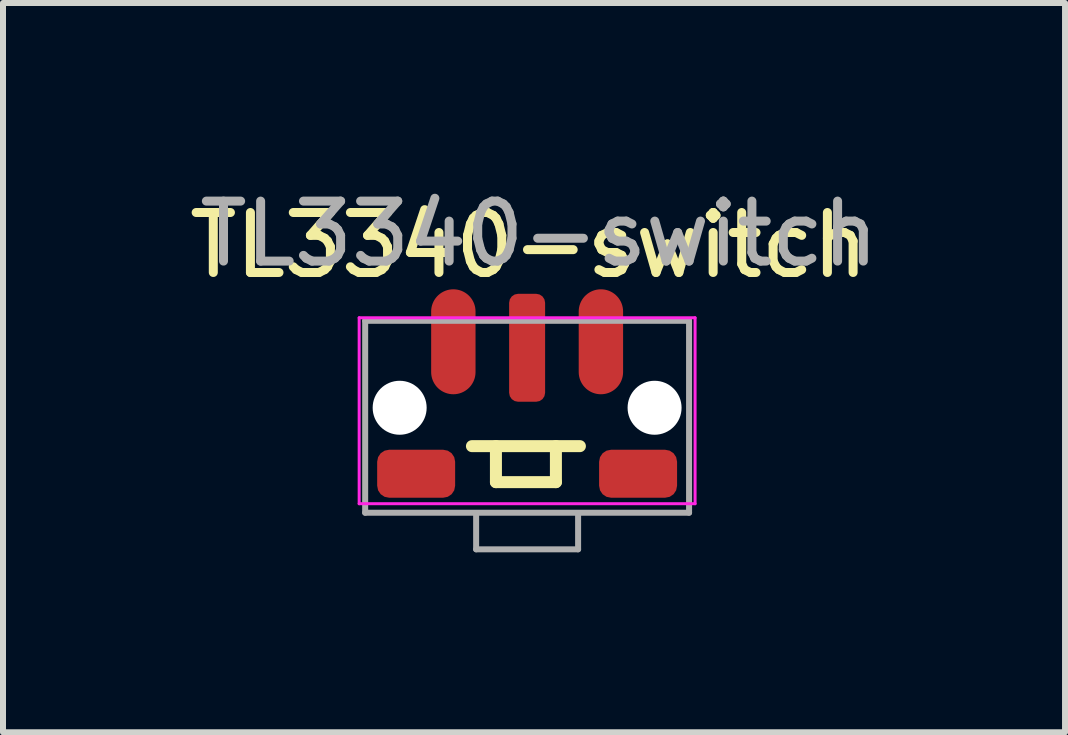
<source format=kicad_pcb>
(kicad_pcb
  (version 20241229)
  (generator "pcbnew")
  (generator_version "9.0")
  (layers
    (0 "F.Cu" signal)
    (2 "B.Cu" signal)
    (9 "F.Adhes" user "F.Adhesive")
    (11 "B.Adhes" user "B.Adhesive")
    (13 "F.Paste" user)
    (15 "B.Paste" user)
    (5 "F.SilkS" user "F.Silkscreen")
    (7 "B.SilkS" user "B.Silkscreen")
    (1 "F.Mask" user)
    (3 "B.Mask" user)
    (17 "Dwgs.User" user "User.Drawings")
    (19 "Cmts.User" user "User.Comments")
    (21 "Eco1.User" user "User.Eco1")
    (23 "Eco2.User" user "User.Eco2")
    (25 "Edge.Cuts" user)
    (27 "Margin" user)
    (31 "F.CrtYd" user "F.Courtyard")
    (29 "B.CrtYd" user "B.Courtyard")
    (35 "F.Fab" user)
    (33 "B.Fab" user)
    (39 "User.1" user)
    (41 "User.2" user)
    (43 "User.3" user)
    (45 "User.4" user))
  (footprint "TL3340-switch"
    (layer "F.Cu")
    (at 5.738 3.748)
    (property "Reference" "TL3340-switch" (at 0.03 -2.71 0) (unlocked yes) (layer "F.SilkS") (effects (font (size 1 1) (thickness 0.15))))
    (attr smd)
    (fp_line (start -0.52 1.24) (end -0.52 0.64) (stroke (width 0.2) (type default)) (layer "F.SilkS"))
    (fp_line (start 0.48 0.64) (end 0.48 1.24) (stroke (width 0.2) (type default)) (layer "F.SilkS"))
    (fp_line (start 0.48 1.24) (end -0.52 1.24) (stroke (width 0.2) (type default)) (layer "F.SilkS"))
    (fp_line (start 0.88 0.64) (end -0.92 0.64) (stroke (width 0.2) (type default)) (layer "F.SilkS"))
    (fp_line (start -2.8 -1.5) (end 2.8 -1.5) (stroke (width 0.05) (type default)) (layer "F.CrtYd"))
    (fp_line (start -2.8 1.6) (end -2.8 -1.5) (stroke (width 0.05) (type default)) (layer "F.CrtYd"))
    (fp_line (start 2.8 -1.5) (end 2.8 1.6) (stroke (width 0.05) (type default)) (layer "F.CrtYd"))
    (fp_line (start 2.8 1.6) (end -2.8 1.6) (stroke (width 0.05) (type default)) (layer "F.CrtYd"))
    (fp_line (start -2.7 -1.45) (end 2.7 -1.45) (stroke (width 0.1) (type default)) (layer "F.Fab"))
    (fp_line (start -2.7 1.75) (end -2.7 -1.45) (stroke (width 0.1) (type default)) (layer "F.Fab"))
    (fp_line (start -2.7 1.75) (end 2.7 1.75) (stroke (width 0.1) (type default)) (layer "F.Fab"))
    (fp_line (start -0.85 2.36) (end -0.85 1.76) (stroke (width 0.1) (type default)) (layer "F.Fab"))
    (fp_line (start 0.85 2.36) (end -0.85 2.36) (stroke (width 0.1) (type default)) (layer "F.Fab"))
    (fp_line (start 0.85 2.36) (end 0.85 1.76) (stroke (width 0.1) (type default)) (layer "F.Fab"))
    (fp_line (start 2.7 1.75) (end 2.7 -1.45) (stroke (width 0.1) (type default)) (layer "F.Fab"))
    (fp_text user "${REFERENCE}" (at 0.2 -2.9 0) (unlocked yes) (layer "F.Fab") (effects (font (size 1 1) (thickness 0.15))))
    (pad "" np_thru_hole circle (at -2.125 0) (size 0.9 0.9) (drill 0.9) (layers "*.Cu"))
    (pad "" smd roundrect (at -1.85 1.1) (size 1.3 0.8) (layers "F.Cu" "F.Mask" "F.Paste") (roundrect_rratio 0.25))
    (pad "" smd roundrect (at 1.85 1.1) (size 1.3 0.8) (layers "F.Cu" "F.Mask" "F.Paste") (roundrect_rratio 0.25))
    (pad "" np_thru_hole circle (at 2.125 0) (size 0.9 0.9) (drill 0.9) (layers "*.Cu"))
    (pad "1" smd oval (at -1.23 -1.1) (size 0.74 1.75) (layers "F.Cu" "F.Mask" "F.Paste"))
    (pad "1" smd oval (at 1.23 -1.1) (size 0.74 1.75) (layers "F.Cu" "F.Mask" "F.Paste"))
    (pad "2" smd roundrect (at 0 -1) (size 0.6 1.8) (layers "F.Cu" "F.Mask" "F.Paste") (roundrect_rratio 0.25)))
  (gr_rect
    (start -3 -3)
    (end 14.706 9.158)
    (stroke (width 0.1) (type default))
    (fill no)
    (layer "Edge.Cuts")))
</source>
